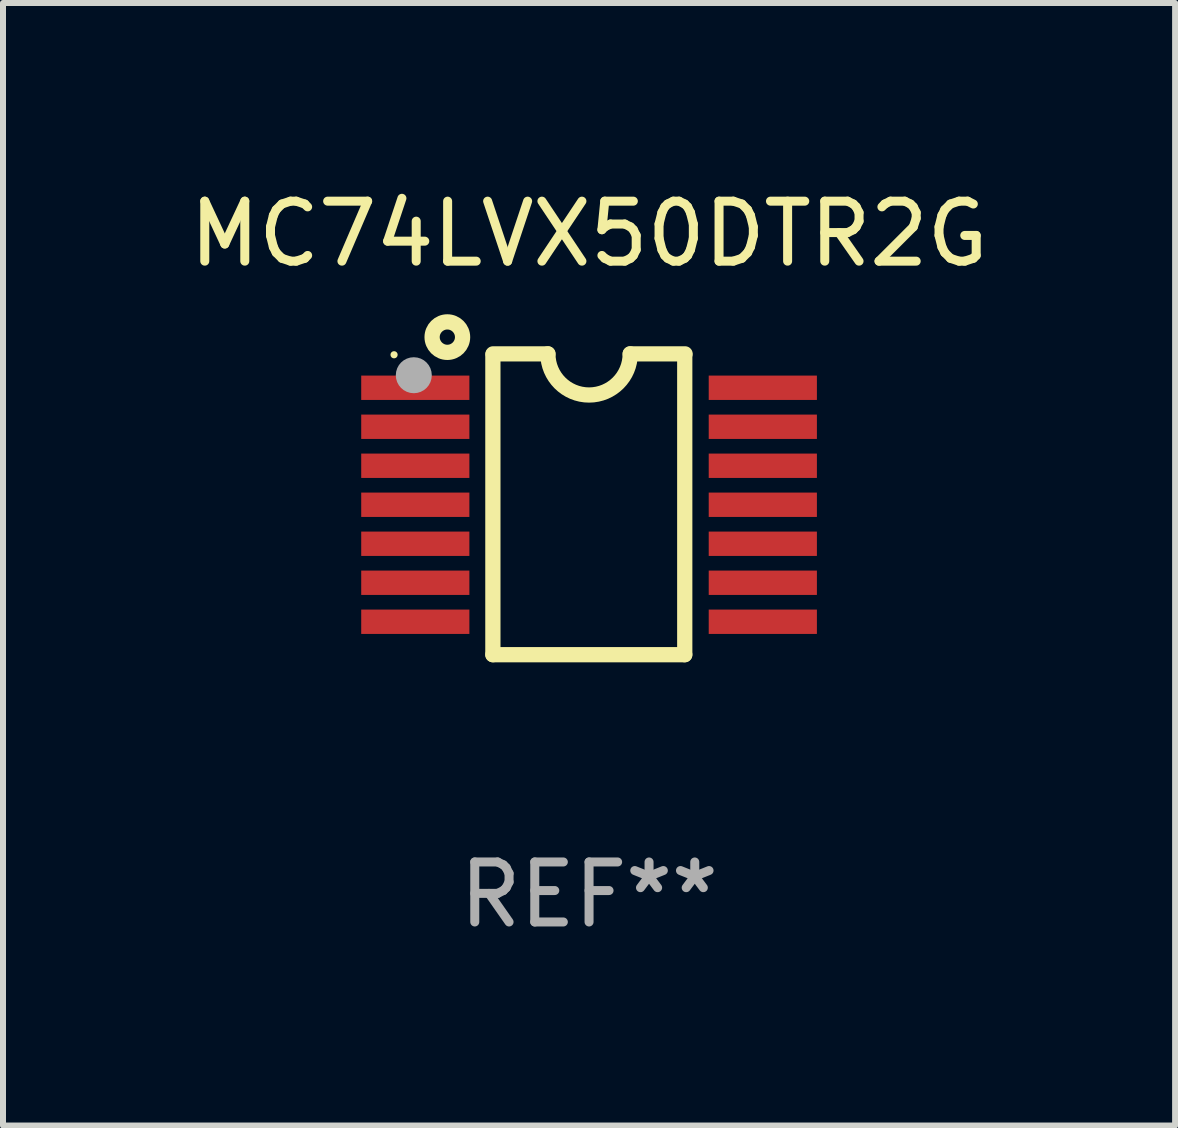
<source format=kicad_pcb>
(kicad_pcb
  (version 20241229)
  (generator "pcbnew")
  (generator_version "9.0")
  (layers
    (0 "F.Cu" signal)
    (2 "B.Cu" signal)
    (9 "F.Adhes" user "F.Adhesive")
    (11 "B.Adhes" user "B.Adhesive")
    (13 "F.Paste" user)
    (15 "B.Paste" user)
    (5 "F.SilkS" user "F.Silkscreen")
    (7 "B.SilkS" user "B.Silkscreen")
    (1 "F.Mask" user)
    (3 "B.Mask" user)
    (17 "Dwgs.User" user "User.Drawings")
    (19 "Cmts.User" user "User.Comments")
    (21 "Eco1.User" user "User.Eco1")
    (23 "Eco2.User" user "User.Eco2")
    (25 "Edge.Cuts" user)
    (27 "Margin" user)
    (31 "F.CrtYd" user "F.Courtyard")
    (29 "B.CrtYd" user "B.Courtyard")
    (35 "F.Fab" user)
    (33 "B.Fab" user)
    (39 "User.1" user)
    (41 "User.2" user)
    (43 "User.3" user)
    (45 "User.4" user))
  (footprint "MC74LVX50DTR2G"
    (layer "F.Cu")
    (at 6.768 5.355)
    (property "Reference" "MC74LVX50DTR2G" (at 0 -4.507 0) (layer "F.SilkS") (effects (font (size 1 1) (thickness 0.15))))
    (attr through_hole)
    (fp_line (start -1.603 2.507) (end -1.603 -2.494) (stroke (width 0.254) (type solid)) (layer "F.SilkS"))
    (fp_line (start -1.603 2.507) (end 1.595 2.507) (stroke (width 0.254) (type solid)) (layer "F.SilkS"))
    (fp_line (start -1.6 -2.507) (end -0.686 -2.507) (stroke (width 0.254) (type solid)) (layer "F.SilkS"))
    (fp_line (start 0.686 -2.507) (end 1.6 -2.507) (stroke (width 0.254) (type solid)) (layer "F.SilkS"))
    (fp_line (start 1.595 2.507) (end 1.595 -2.494) (stroke (width 0.254) (type solid)) (layer "F.SilkS"))
    (fp_arc (start 0.685852 -2.506998) (mid 0.000051 -1.821197) (end -0.68575 -2.506998) (stroke (width 0.254001) (type solid)) (layer "F.SilkS"))
    (fp_circle (center -3.25 -2.492) (end -3.22 -2.492) (stroke (width 0.06) (type solid)) (fill no) (layer "F.SilkS"))
    (fp_circle (center -2.362 -2.786) (end -2.108 -2.786) (stroke (width 0.254) (type solid)) (fill no) (layer "F.SilkS"))
    (fp_circle (center -2.921 -2.151) (end -2.771 -2.151) (stroke (width 0.3) (type solid)) (fill no) (layer "F.Fab"))
    (fp_text user "REF**" (at 0 6.507 0) (layer "F.Fab") (effects (font (size 1 1) (thickness 0.15))))
    (pad "1" smd rect (at -2.896 -1.942) (size 1.803 0.406) (layers "F.Cu" "F.Mask" "F.Paste"))
    (pad "2" smd rect (at -2.896 -1.292) (size 1.803 0.406) (layers "F.Cu" "F.Mask" "F.Paste"))
    (pad "3" smd rect (at -2.896 -0.642) (size 1.803 0.406) (layers "F.Cu" "F.Mask" "F.Paste"))
    (pad "4" smd rect (at -2.896 0.008) (size 1.803 0.406) (layers "F.Cu" "F.Mask" "F.Paste"))
    (pad "5" smd rect (at -2.896 0.658) (size 1.803 0.406) (layers "F.Cu" "F.Mask" "F.Paste"))
    (pad "6" smd rect (at -2.896 1.308) (size 1.803 0.406) (layers "F.Cu" "F.Mask" "F.Paste"))
    (pad "7" smd rect (at -2.896 1.958) (size 1.803 0.406) (layers "F.Cu" "F.Mask" "F.Paste"))
    (pad "8" smd rect (at 2.896 1.958) (size 1.803 0.406) (layers "F.Cu" "F.Mask" "F.Paste"))
    (pad "9" smd rect (at 2.896 1.308) (size 1.803 0.406) (layers "F.Cu" "F.Mask" "F.Paste"))
    (pad "10" smd rect (at 2.896 0.658) (size 1.803 0.406) (layers "F.Cu" "F.Mask" "F.Paste"))
    (pad "11" smd rect (at 2.896 0.008) (size 1.803 0.406) (layers "F.Cu" "F.Mask" "F.Paste"))
    (pad "12" smd rect (at 2.896 -0.642) (size 1.803 0.406) (layers "F.Cu" "F.Mask" "F.Paste"))
    (pad "13" smd rect (at 2.896 -1.292) (size 1.803 0.406) (layers "F.Cu" "F.Mask" "F.Paste"))
    (pad "14" smd rect (at 2.896 -1.942) (size 1.803 0.406) (layers "F.Cu" "F.Mask" "F.Paste")))
  (gr_rect
    (start -3 -3)
    (end 16.536 15.71)
    (stroke (width 0.1) (type default))
    (fill no)
    (layer "Edge.Cuts")))
</source>
